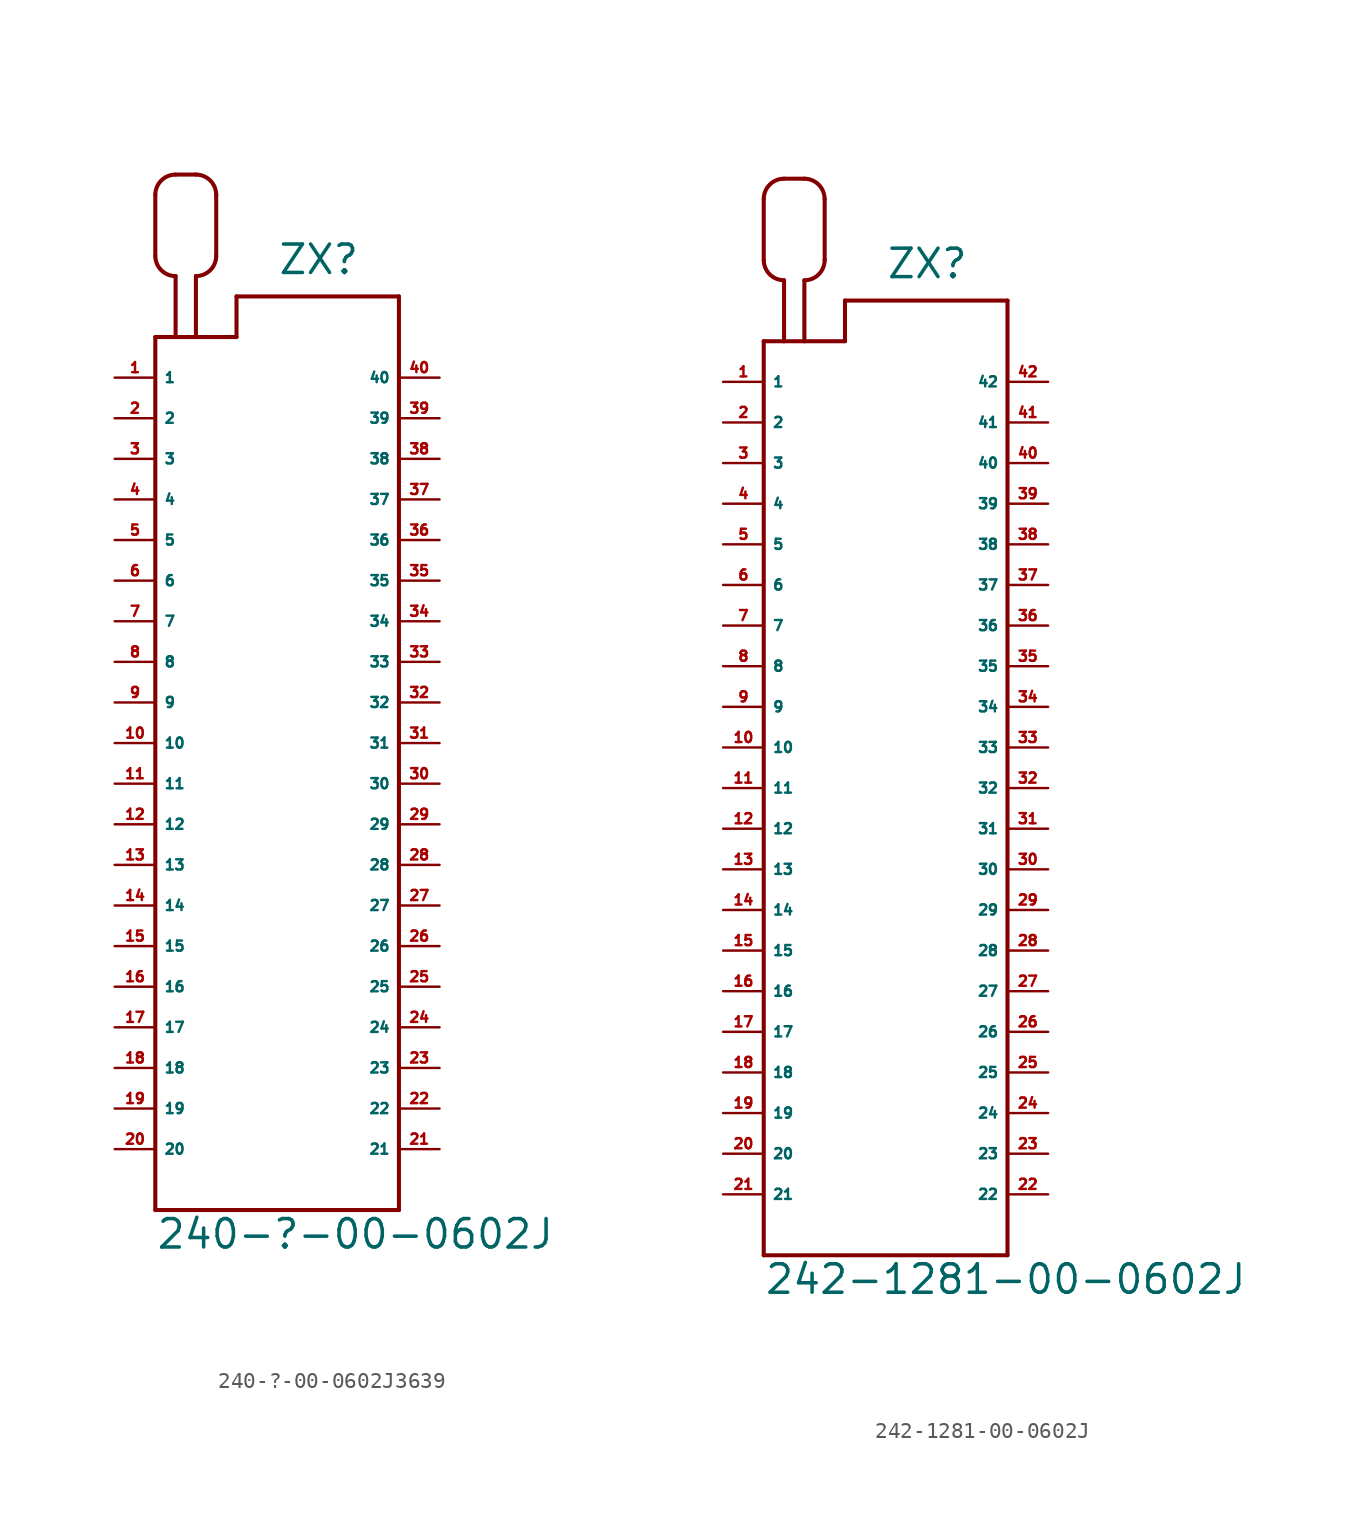
<source format=kicad_sym>
(kicad_symbol_lib
  (version 20220914)
  (generator Eagle2Kicad)
  (symbol "240-?-00-0602J3639"
    (property "Reference" "ZX"
      (at 0 29.21 0)
      (effects (font (size 1.778 1.778) (thickness 0.22)) (justify left bottom)))
    (property "Value" "240-?-00-0602J"
      (at -7.62 -31.75 0)
      (effects (font (size 1.778 1.778) (thickness 0.22)) (justify left bottom)))
    (polyline
      (pts (xy -7.62 25.4) (xy -7.62 -29.21))
      (stroke (width 0.254) (type default))
      (fill (type none)))
    (polyline
      (pts (xy -7.62 -29.21) (xy 7.62 -29.21))
      (stroke (width 0.254) (type default))
      (fill (type none)))
    (polyline
      (pts (xy 7.62 -29.21) (xy 7.62 27.94))
      (stroke (width 0.254) (type default))
      (fill (type none)))
    (polyline
      (pts (xy 7.62 27.94) (xy -2.54 27.94))
      (stroke (width 0.254) (type default))
      (fill (type none)))
    (polyline
      (pts (xy -2.54 27.94) (xy -2.54 25.4))
      (stroke (width 0.254) (type default))
      (fill (type none)))
    (polyline
      (pts (xy -2.54 25.4) (xy -5.08 25.4))
      (stroke (width 0.254) (type default))
      (fill (type none)))
    (polyline
      (pts (xy -5.08 25.4) (xy -6.35 25.4))
      (stroke (width 0.254) (type default))
      (fill (type none)))
    (polyline
      (pts (xy -6.35 25.4) (xy -7.62 25.4))
      (stroke (width 0.254) (type default))
      (fill (type none)))
    (polyline
      (pts (xy -6.35 25.4) (xy -6.35 29.21))
      (stroke (width 0.254) (type default))
      (fill (type none)))
    (arc
      (start -7.62 30.48)
      (mid -7.248 29.582)
      (end -6.35 29.21)
      (stroke (width 0.254) (type default))
      (fill (type none)))
    (polyline
      (pts (xy -7.62 30.48) (xy -7.62 34.29))
      (stroke (width 0.254) (type default))
      (fill (type none)))
    (arc
      (start -6.35 35.56)
      (mid -7.248 35.188)
      (end -7.62 34.29)
      (stroke (width 0.254) (type default))
      (fill (type none)))
    (polyline
      (pts (xy -6.35 35.56) (xy -5.08 35.56))
      (stroke (width 0.254) (type default))
      (fill (type none)))
    (arc
      (start -3.81 34.29)
      (mid -4.182 35.188)
      (end -5.08 35.56)
      (stroke (width 0.254) (type default))
      (fill (type none)))
    (polyline
      (pts (xy -3.81 34.29) (xy -3.81 30.48))
      (stroke (width 0.254) (type default))
      (fill (type none)))
    (arc
      (start -5.08 29.21)
      (mid -4.182 29.582)
      (end -3.81 30.48)
      (stroke (width 0.254) (type default))
      (fill (type none)))
    (polyline
      (pts (xy -5.08 29.21) (xy -5.08 25.4))
      (stroke (width 0.254) (type default))
      (fill (type none)))
    (pin passive line
      (at -10.16 22.86 0)
      (length 2.54)
      (name "1" (effects (font (size 0.635 0.635) (thickness 0.08)) (justify left bottom)))
      (number "1" (effects (font (size 0.635 0.635) (thickness 0.08)) (justify left bottom))))
    (pin passive line
      (at -10.16 20.32 0)
      (length 2.54)
      (name "2" (effects (font (size 0.635 0.635) (thickness 0.08)) (justify left bottom)))
      (number "2" (effects (font (size 0.635 0.635) (thickness 0.08)) (justify left bottom))))
    (pin passive line
      (at -10.16 17.78 0)
      (length 2.54)
      (name "3" (effects (font (size 0.635 0.635) (thickness 0.08)) (justify left bottom)))
      (number "3" (effects (font (size 0.635 0.635) (thickness 0.08)) (justify left bottom))))
    (pin passive line
      (at -10.16 15.24 0)
      (length 2.54)
      (name "4" (effects (font (size 0.635 0.635) (thickness 0.08)) (justify left bottom)))
      (number "4" (effects (font (size 0.635 0.635) (thickness 0.08)) (justify left bottom))))
    (pin passive line
      (at -10.16 12.7 0)
      (length 2.54)
      (name "5" (effects (font (size 0.635 0.635) (thickness 0.08)) (justify left bottom)))
      (number "5" (effects (font (size 0.635 0.635) (thickness 0.08)) (justify left bottom))))
    (pin passive line
      (at -10.16 10.16 0)
      (length 2.54)
      (name "6" (effects (font (size 0.635 0.635) (thickness 0.08)) (justify left bottom)))
      (number "6" (effects (font (size 0.635 0.635) (thickness 0.08)) (justify left bottom))))
    (pin passive line
      (at -10.16 7.62 0)
      (length 2.54)
      (name "7" (effects (font (size 0.635 0.635) (thickness 0.08)) (justify left bottom)))
      (number "7" (effects (font (size 0.635 0.635) (thickness 0.08)) (justify left bottom))))
    (pin passive line
      (at -10.16 5.08 0)
      (length 2.54)
      (name "8" (effects (font (size 0.635 0.635) (thickness 0.08)) (justify left bottom)))
      (number "8" (effects (font (size 0.635 0.635) (thickness 0.08)) (justify left bottom))))
    (pin passive line
      (at -10.16 2.54 0)
      (length 2.54)
      (name "9" (effects (font (size 0.635 0.635) (thickness 0.08)) (justify left bottom)))
      (number "9" (effects (font (size 0.635 0.635) (thickness 0.08)) (justify left bottom))))
    (pin passive line
      (at -10.16 0 0)
      (length 2.54)
      (name "10" (effects (font (size 0.635 0.635) (thickness 0.08)) (justify left bottom)))
      (number "10" (effects (font (size 0.635 0.635) (thickness 0.08)) (justify left bottom))))
    (pin passive line
      (at -10.16 -2.54 0)
      (length 2.54)
      (name "11" (effects (font (size 0.635 0.635) (thickness 0.08)) (justify left bottom)))
      (number "11" (effects (font (size 0.635 0.635) (thickness 0.08)) (justify left bottom))))
    (pin passive line
      (at -10.16 -5.08 0)
      (length 2.54)
      (name "12" (effects (font (size 0.635 0.635) (thickness 0.08)) (justify left bottom)))
      (number "12" (effects (font (size 0.635 0.635) (thickness 0.08)) (justify left bottom))))
    (pin passive line
      (at -10.16 -7.62 0)
      (length 2.54)
      (name "13" (effects (font (size 0.635 0.635) (thickness 0.08)) (justify left bottom)))
      (number "13" (effects (font (size 0.635 0.635) (thickness 0.08)) (justify left bottom))))
    (pin passive line
      (at -10.16 -10.16 0)
      (length 2.54)
      (name "14" (effects (font (size 0.635 0.635) (thickness 0.08)) (justify left bottom)))
      (number "14" (effects (font (size 0.635 0.635) (thickness 0.08)) (justify left bottom))))
    (pin passive line
      (at -10.16 -12.7 0)
      (length 2.54)
      (name "15" (effects (font (size 0.635 0.635) (thickness 0.08)) (justify left bottom)))
      (number "15" (effects (font (size 0.635 0.635) (thickness 0.08)) (justify left bottom))))
    (pin passive line
      (at -10.16 -15.24 0)
      (length 2.54)
      (name "16" (effects (font (size 0.635 0.635) (thickness 0.08)) (justify left bottom)))
      (number "16" (effects (font (size 0.635 0.635) (thickness 0.08)) (justify left bottom))))
    (pin passive line
      (at -10.16 -17.78 0)
      (length 2.54)
      (name "17" (effects (font (size 0.635 0.635) (thickness 0.08)) (justify left bottom)))
      (number "17" (effects (font (size 0.635 0.635) (thickness 0.08)) (justify left bottom))))
    (pin passive line
      (at -10.16 -20.32 0)
      (length 2.54)
      (name "18" (effects (font (size 0.635 0.635) (thickness 0.08)) (justify left bottom)))
      (number "18" (effects (font (size 0.635 0.635) (thickness 0.08)) (justify left bottom))))
    (pin passive line
      (at -10.16 -22.86 0)
      (length 2.54)
      (name "19" (effects (font (size 0.635 0.635) (thickness 0.08)) (justify left bottom)))
      (number "19" (effects (font (size 0.635 0.635) (thickness 0.08)) (justify left bottom))))
    (pin passive line
      (at -10.16 -25.4 0)
      (length 2.54)
      (name "20" (effects (font (size 0.635 0.635) (thickness 0.08)) (justify left bottom)))
      (number "20" (effects (font (size 0.635 0.635) (thickness 0.08)) (justify left bottom))))
    (pin passive line
      (at 10.16 -25.4 180)
      (length 2.54)
      (name "21" (effects (font (size 0.635 0.635) (thickness 0.08)) (justify left bottom)))
      (number "21" (effects (font (size 0.635 0.635) (thickness 0.08)) (justify left bottom))))
    (pin passive line
      (at 10.16 -22.86 180)
      (length 2.54)
      (name "22" (effects (font (size 0.635 0.635) (thickness 0.08)) (justify left bottom)))
      (number "22" (effects (font (size 0.635 0.635) (thickness 0.08)) (justify left bottom))))
    (pin passive line
      (at 10.16 -20.32 180)
      (length 2.54)
      (name "23" (effects (font (size 0.635 0.635) (thickness 0.08)) (justify left bottom)))
      (number "23" (effects (font (size 0.635 0.635) (thickness 0.08)) (justify left bottom))))
    (pin passive line
      (at 10.16 -17.78 180)
      (length 2.54)
      (name "24" (effects (font (size 0.635 0.635) (thickness 0.08)) (justify left bottom)))
      (number "24" (effects (font (size 0.635 0.635) (thickness 0.08)) (justify left bottom))))
    (pin passive line
      (at 10.16 -15.24 180)
      (length 2.54)
      (name "25" (effects (font (size 0.635 0.635) (thickness 0.08)) (justify left bottom)))
      (number "25" (effects (font (size 0.635 0.635) (thickness 0.08)) (justify left bottom))))
    (pin passive line
      (at 10.16 -12.7 180)
      (length 2.54)
      (name "26" (effects (font (size 0.635 0.635) (thickness 0.08)) (justify left bottom)))
      (number "26" (effects (font (size 0.635 0.635) (thickness 0.08)) (justify left bottom))))
    (pin passive line
      (at 10.16 -10.16 180)
      (length 2.54)
      (name "27" (effects (font (size 0.635 0.635) (thickness 0.08)) (justify left bottom)))
      (number "27" (effects (font (size 0.635 0.635) (thickness 0.08)) (justify left bottom))))
    (pin passive line
      (at 10.16 -7.62 180)
      (length 2.54)
      (name "28" (effects (font (size 0.635 0.635) (thickness 0.08)) (justify left bottom)))
      (number "28" (effects (font (size 0.635 0.635) (thickness 0.08)) (justify left bottom))))
    (pin passive line
      (at 10.16 -5.08 180)
      (length 2.54)
      (name "29" (effects (font (size 0.635 0.635) (thickness 0.08)) (justify left bottom)))
      (number "29" (effects (font (size 0.635 0.635) (thickness 0.08)) (justify left bottom))))
    (pin passive line
      (at 10.16 -2.54 180)
      (length 2.54)
      (name "30" (effects (font (size 0.635 0.635) (thickness 0.08)) (justify left bottom)))
      (number "30" (effects (font (size 0.635 0.635) (thickness 0.08)) (justify left bottom))))
    (pin passive line
      (at 10.16 0 180)
      (length 2.54)
      (name "31" (effects (font (size 0.635 0.635) (thickness 0.08)) (justify left bottom)))
      (number "31" (effects (font (size 0.635 0.635) (thickness 0.08)) (justify left bottom))))
    (pin passive line
      (at 10.16 2.54 180)
      (length 2.54)
      (name "32" (effects (font (size 0.635 0.635) (thickness 0.08)) (justify left bottom)))
      (number "32" (effects (font (size 0.635 0.635) (thickness 0.08)) (justify left bottom))))
    (pin passive line
      (at 10.16 5.08 180)
      (length 2.54)
      (name "33" (effects (font (size 0.635 0.635) (thickness 0.08)) (justify left bottom)))
      (number "33" (effects (font (size 0.635 0.635) (thickness 0.08)) (justify left bottom))))
    (pin passive line
      (at 10.16 7.62 180)
      (length 2.54)
      (name "34" (effects (font (size 0.635 0.635) (thickness 0.08)) (justify left bottom)))
      (number "34" (effects (font (size 0.635 0.635) (thickness 0.08)) (justify left bottom))))
    (pin passive line
      (at 10.16 10.16 180)
      (length 2.54)
      (name "35" (effects (font (size 0.635 0.635) (thickness 0.08)) (justify left bottom)))
      (number "35" (effects (font (size 0.635 0.635) (thickness 0.08)) (justify left bottom))))
    (pin passive line
      (at 10.16 12.7 180)
      (length 2.54)
      (name "36" (effects (font (size 0.635 0.635) (thickness 0.08)) (justify left bottom)))
      (number "36" (effects (font (size 0.635 0.635) (thickness 0.08)) (justify left bottom))))
    (pin passive line
      (at 10.16 15.24 180)
      (length 2.54)
      (name "37" (effects (font (size 0.635 0.635) (thickness 0.08)) (justify left bottom)))
      (number "37" (effects (font (size 0.635 0.635) (thickness 0.08)) (justify left bottom))))
    (pin passive line
      (at 10.16 17.78 180)
      (length 2.54)
      (name "38" (effects (font (size 0.635 0.635) (thickness 0.08)) (justify left bottom)))
      (number "38" (effects (font (size 0.635 0.635) (thickness 0.08)) (justify left bottom))))
    (pin passive line
      (at 10.16 20.32 180)
      (length 2.54)
      (name "39" (effects (font (size 0.635 0.635) (thickness 0.08)) (justify left bottom)))
      (number "39" (effects (font (size 0.635 0.635) (thickness 0.08)) (justify left bottom))))
    (pin passive line
      (at 10.16 22.86 180)
      (length 2.54)
      (name "40" (effects (font (size 0.635 0.635) (thickness 0.08)) (justify left bottom)))
      (number "40" (effects (font (size 0.635 0.635) (thickness 0.08)) (justify left bottom)))))
  (symbol "242-1281-00-0602J"
    (property "Reference" "ZX"
      (at 0 31.75 0)
      (effects (font (size 1.778 1.778) (thickness 0.22)) (justify left bottom)))
    (property "Value" "242-1281-00-0602J"
      (at -7.62 -31.75 0)
      (effects (font (size 1.778 1.778) (thickness 0.22)) (justify left bottom)))
    (polyline
      (pts (xy -7.62 27.94) (xy -7.62 -29.21))
      (stroke (width 0.254) (type default))
      (fill (type none)))
    (polyline
      (pts (xy -7.62 -29.21) (xy 7.62 -29.21))
      (stroke (width 0.254) (type default))
      (fill (type none)))
    (polyline
      (pts (xy 7.62 -29.21) (xy 7.62 30.48))
      (stroke (width 0.254) (type default))
      (fill (type none)))
    (polyline
      (pts (xy 7.62 30.48) (xy -2.54 30.48))
      (stroke (width 0.254) (type default))
      (fill (type none)))
    (polyline
      (pts (xy -2.54 30.48) (xy -2.54 27.94))
      (stroke (width 0.254) (type default))
      (fill (type none)))
    (polyline
      (pts (xy -2.54 27.94) (xy -5.08 27.94))
      (stroke (width 0.254) (type default))
      (fill (type none)))
    (polyline
      (pts (xy -5.08 27.94) (xy -6.35 27.94))
      (stroke (width 0.254) (type default))
      (fill (type none)))
    (polyline
      (pts (xy -6.35 27.94) (xy -7.62 27.94))
      (stroke (width 0.254) (type default))
      (fill (type none)))
    (polyline
      (pts (xy -6.35 27.94) (xy -6.35 31.75))
      (stroke (width 0.254) (type default))
      (fill (type none)))
    (arc
      (start -7.62 33.02)
      (mid -7.248 32.122)
      (end -6.35 31.75)
      (stroke (width 0.254) (type default))
      (fill (type none)))
    (polyline
      (pts (xy -7.62 33.02) (xy -7.62 36.83))
      (stroke (width 0.254) (type default))
      (fill (type none)))
    (arc
      (start -6.35 38.1)
      (mid -7.248 37.728)
      (end -7.62 36.83)
      (stroke (width 0.254) (type default))
      (fill (type none)))
    (polyline
      (pts (xy -6.35 38.1) (xy -5.08 38.1))
      (stroke (width 0.254) (type default))
      (fill (type none)))
    (arc
      (start -3.81 36.83)
      (mid -4.182 37.728)
      (end -5.08 38.1)
      (stroke (width 0.254) (type default))
      (fill (type none)))
    (polyline
      (pts (xy -3.81 36.83) (xy -3.81 33.02))
      (stroke (width 0.254) (type default))
      (fill (type none)))
    (arc
      (start -5.08 31.75)
      (mid -4.182 32.122)
      (end -3.81 33.02)
      (stroke (width 0.254) (type default))
      (fill (type none)))
    (polyline
      (pts (xy -5.08 31.75) (xy -5.08 27.94))
      (stroke (width 0.254) (type default))
      (fill (type none)))
    (pin passive line
      (at -10.16 25.4 0)
      (length 2.54)
      (name "1" (effects (font (size 0.635 0.635) (thickness 0.08)) (justify left bottom)))
      (number "1" (effects (font (size 0.635 0.635) (thickness 0.08)) (justify left bottom))))
    (pin passive line
      (at -10.16 22.86 0)
      (length 2.54)
      (name "2" (effects (font (size 0.635 0.635) (thickness 0.08)) (justify left bottom)))
      (number "2" (effects (font (size 0.635 0.635) (thickness 0.08)) (justify left bottom))))
    (pin passive line
      (at -10.16 20.32 0)
      (length 2.54)
      (name "3" (effects (font (size 0.635 0.635) (thickness 0.08)) (justify left bottom)))
      (number "3" (effects (font (size 0.635 0.635) (thickness 0.08)) (justify left bottom))))
    (pin passive line
      (at -10.16 17.78 0)
      (length 2.54)
      (name "4" (effects (font (size 0.635 0.635) (thickness 0.08)) (justify left bottom)))
      (number "4" (effects (font (size 0.635 0.635) (thickness 0.08)) (justify left bottom))))
    (pin passive line
      (at -10.16 15.24 0)
      (length 2.54)
      (name "5" (effects (font (size 0.635 0.635) (thickness 0.08)) (justify left bottom)))
      (number "5" (effects (font (size 0.635 0.635) (thickness 0.08)) (justify left bottom))))
    (pin passive line
      (at -10.16 12.7 0)
      (length 2.54)
      (name "6" (effects (font (size 0.635 0.635) (thickness 0.08)) (justify left bottom)))
      (number "6" (effects (font (size 0.635 0.635) (thickness 0.08)) (justify left bottom))))
    (pin passive line
      (at -10.16 10.16 0)
      (length 2.54)
      (name "7" (effects (font (size 0.635 0.635) (thickness 0.08)) (justify left bottom)))
      (number "7" (effects (font (size 0.635 0.635) (thickness 0.08)) (justify left bottom))))
    (pin passive line
      (at -10.16 7.62 0)
      (length 2.54)
      (name "8" (effects (font (size 0.635 0.635) (thickness 0.08)) (justify left bottom)))
      (number "8" (effects (font (size 0.635 0.635) (thickness 0.08)) (justify left bottom))))
    (pin passive line
      (at -10.16 5.08 0)
      (length 2.54)
      (name "9" (effects (font (size 0.635 0.635) (thickness 0.08)) (justify left bottom)))
      (number "9" (effects (font (size 0.635 0.635) (thickness 0.08)) (justify left bottom))))
    (pin passive line
      (at -10.16 2.54 0)
      (length 2.54)
      (name "10" (effects (font (size 0.635 0.635) (thickness 0.08)) (justify left bottom)))
      (number "10" (effects (font (size 0.635 0.635) (thickness 0.08)) (justify left bottom))))
    (pin passive line
      (at -10.16 0 0)
      (length 2.54)
      (name "11" (effects (font (size 0.635 0.635) (thickness 0.08)) (justify left bottom)))
      (number "11" (effects (font (size 0.635 0.635) (thickness 0.08)) (justify left bottom))))
    (pin passive line
      (at -10.16 -2.54 0)
      (length 2.54)
      (name "12" (effects (font (size 0.635 0.635) (thickness 0.08)) (justify left bottom)))
      (number "12" (effects (font (size 0.635 0.635) (thickness 0.08)) (justify left bottom))))
    (pin passive line
      (at -10.16 -5.08 0)
      (length 2.54)
      (name "13" (effects (font (size 0.635 0.635) (thickness 0.08)) (justify left bottom)))
      (number "13" (effects (font (size 0.635 0.635) (thickness 0.08)) (justify left bottom))))
    (pin passive line
      (at -10.16 -7.62 0)
      (length 2.54)
      (name "14" (effects (font (size 0.635 0.635) (thickness 0.08)) (justify left bottom)))
      (number "14" (effects (font (size 0.635 0.635) (thickness 0.08)) (justify left bottom))))
    (pin passive line
      (at -10.16 -10.16 0)
      (length 2.54)
      (name "15" (effects (font (size 0.635 0.635) (thickness 0.08)) (justify left bottom)))
      (number "15" (effects (font (size 0.635 0.635) (thickness 0.08)) (justify left bottom))))
    (pin passive line
      (at -10.16 -12.7 0)
      (length 2.54)
      (name "16" (effects (font (size 0.635 0.635) (thickness 0.08)) (justify left bottom)))
      (number "16" (effects (font (size 0.635 0.635) (thickness 0.08)) (justify left bottom))))
    (pin passive line
      (at -10.16 -15.24 0)
      (length 2.54)
      (name "17" (effects (font (size 0.635 0.635) (thickness 0.08)) (justify left bottom)))
      (number "17" (effects (font (size 0.635 0.635) (thickness 0.08)) (justify left bottom))))
    (pin passive line
      (at -10.16 -17.78 0)
      (length 2.54)
      (name "18" (effects (font (size 0.635 0.635) (thickness 0.08)) (justify left bottom)))
      (number "18" (effects (font (size 0.635 0.635) (thickness 0.08)) (justify left bottom))))
    (pin passive line
      (at -10.16 -20.32 0)
      (length 2.54)
      (name "19" (effects (font (size 0.635 0.635) (thickness 0.08)) (justify left bottom)))
      (number "19" (effects (font (size 0.635 0.635) (thickness 0.08)) (justify left bottom))))
    (pin passive line
      (at -10.16 -22.86 0)
      (length 2.54)
      (name "20" (effects (font (size 0.635 0.635) (thickness 0.08)) (justify left bottom)))
      (number "20" (effects (font (size 0.635 0.635) (thickness 0.08)) (justify left bottom))))
    (pin passive line
      (at -10.16 -25.4 0)
      (length 2.54)
      (name "21" (effects (font (size 0.635 0.635) (thickness 0.08)) (justify left bottom)))
      (number "21" (effects (font (size 0.635 0.635) (thickness 0.08)) (justify left bottom))))
    (pin passive line
      (at 10.16 -25.4 180)
      (length 2.54)
      (name "22" (effects (font (size 0.635 0.635) (thickness 0.08)) (justify left bottom)))
      (number "22" (effects (font (size 0.635 0.635) (thickness 0.08)) (justify left bottom))))
    (pin passive line
      (at 10.16 -22.86 180)
      (length 2.54)
      (name "23" (effects (font (size 0.635 0.635) (thickness 0.08)) (justify left bottom)))
      (number "23" (effects (font (size 0.635 0.635) (thickness 0.08)) (justify left bottom))))
    (pin passive line
      (at 10.16 -20.32 180)
      (length 2.54)
      (name "24" (effects (font (size 0.635 0.635) (thickness 0.08)) (justify left bottom)))
      (number "24" (effects (font (size 0.635 0.635) (thickness 0.08)) (justify left bottom))))
    (pin passive line
      (at 10.16 -17.78 180)
      (length 2.54)
      (name "25" (effects (font (size 0.635 0.635) (thickness 0.08)) (justify left bottom)))
      (number "25" (effects (font (size 0.635 0.635) (thickness 0.08)) (justify left bottom))))
    (pin passive line
      (at 10.16 -15.24 180)
      (length 2.54)
      (name "26" (effects (font (size 0.635 0.635) (thickness 0.08)) (justify left bottom)))
      (number "26" (effects (font (size 0.635 0.635) (thickness 0.08)) (justify left bottom))))
    (pin passive line
      (at 10.16 -12.7 180)
      (length 2.54)
      (name "27" (effects (font (size 0.635 0.635) (thickness 0.08)) (justify left bottom)))
      (number "27" (effects (font (size 0.635 0.635) (thickness 0.08)) (justify left bottom))))
    (pin passive line
      (at 10.16 -10.16 180)
      (length 2.54)
      (name "28" (effects (font (size 0.635 0.635) (thickness 0.08)) (justify left bottom)))
      (number "28" (effects (font (size 0.635 0.635) (thickness 0.08)) (justify left bottom))))
    (pin passive line
      (at 10.16 -7.62 180)
      (length 2.54)
      (name "29" (effects (font (size 0.635 0.635) (thickness 0.08)) (justify left bottom)))
      (number "29" (effects (font (size 0.635 0.635) (thickness 0.08)) (justify left bottom))))
    (pin passive line
      (at 10.16 -5.08 180)
      (length 2.54)
      (name "30" (effects (font (size 0.635 0.635) (thickness 0.08)) (justify left bottom)))
      (number "30" (effects (font (size 0.635 0.635) (thickness 0.08)) (justify left bottom))))
    (pin passive line
      (at 10.16 -2.54 180)
      (length 2.54)
      (name "31" (effects (font (size 0.635 0.635) (thickness 0.08)) (justify left bottom)))
      (number "31" (effects (font (size 0.635 0.635) (thickness 0.08)) (justify left bottom))))
    (pin passive line
      (at 10.16 0 180)
      (length 2.54)
      (name "32" (effects (font (size 0.635 0.635) (thickness 0.08)) (justify left bottom)))
      (number "32" (effects (font (size 0.635 0.635) (thickness 0.08)) (justify left bottom))))
    (pin passive line
      (at 10.16 2.54 180)
      (length 2.54)
      (name "33" (effects (font (size 0.635 0.635) (thickness 0.08)) (justify left bottom)))
      (number "33" (effects (font (size 0.635 0.635) (thickness 0.08)) (justify left bottom))))
    (pin passive line
      (at 10.16 5.08 180)
      (length 2.54)
      (name "34" (effects (font (size 0.635 0.635) (thickness 0.08)) (justify left bottom)))
      (number "34" (effects (font (size 0.635 0.635) (thickness 0.08)) (justify left bottom))))
    (pin passive line
      (at 10.16 7.62 180)
      (length 2.54)
      (name "35" (effects (font (size 0.635 0.635) (thickness 0.08)) (justify left bottom)))
      (number "35" (effects (font (size 0.635 0.635) (thickness 0.08)) (justify left bottom))))
    (pin passive line
      (at 10.16 10.16 180)
      (length 2.54)
      (name "36" (effects (font (size 0.635 0.635) (thickness 0.08)) (justify left bottom)))
      (number "36" (effects (font (size 0.635 0.635) (thickness 0.08)) (justify left bottom))))
    (pin passive line
      (at 10.16 12.7 180)
      (length 2.54)
      (name "37" (effects (font (size 0.635 0.635) (thickness 0.08)) (justify left bottom)))
      (number "37" (effects (font (size 0.635 0.635) (thickness 0.08)) (justify left bottom))))
    (pin passive line
      (at 10.16 15.24 180)
      (length 2.54)
      (name "38" (effects (font (size 0.635 0.635) (thickness 0.08)) (justify left bottom)))
      (number "38" (effects (font (size 0.635 0.635) (thickness 0.08)) (justify left bottom))))
    (pin passive line
      (at 10.16 17.78 180)
      (length 2.54)
      (name "39" (effects (font (size 0.635 0.635) (thickness 0.08)) (justify left bottom)))
      (number "39" (effects (font (size 0.635 0.635) (thickness 0.08)) (justify left bottom))))
    (pin passive line
      (at 10.16 20.32 180)
      (length 2.54)
      (name "40" (effects (font (size 0.635 0.635) (thickness 0.08)) (justify left bottom)))
      (number "40" (effects (font (size 0.635 0.635) (thickness 0.08)) (justify left bottom))))
    (pin passive line
      (at 10.16 22.86 180)
      (length 2.54)
      (name "41" (effects (font (size 0.635 0.635) (thickness 0.08)) (justify left bottom)))
      (number "41" (effects (font (size 0.635 0.635) (thickness 0.08)) (justify left bottom))))
    (pin passive line
      (at 10.16 25.4 180)
      (length 2.54)
      (name "42" (effects (font (size 0.635 0.635) (thickness 0.08)) (justify left bottom)))
      (number "42" (effects (font (size 0.635 0.635) (thickness 0.08)) (justify left bottom))))))
</source>
